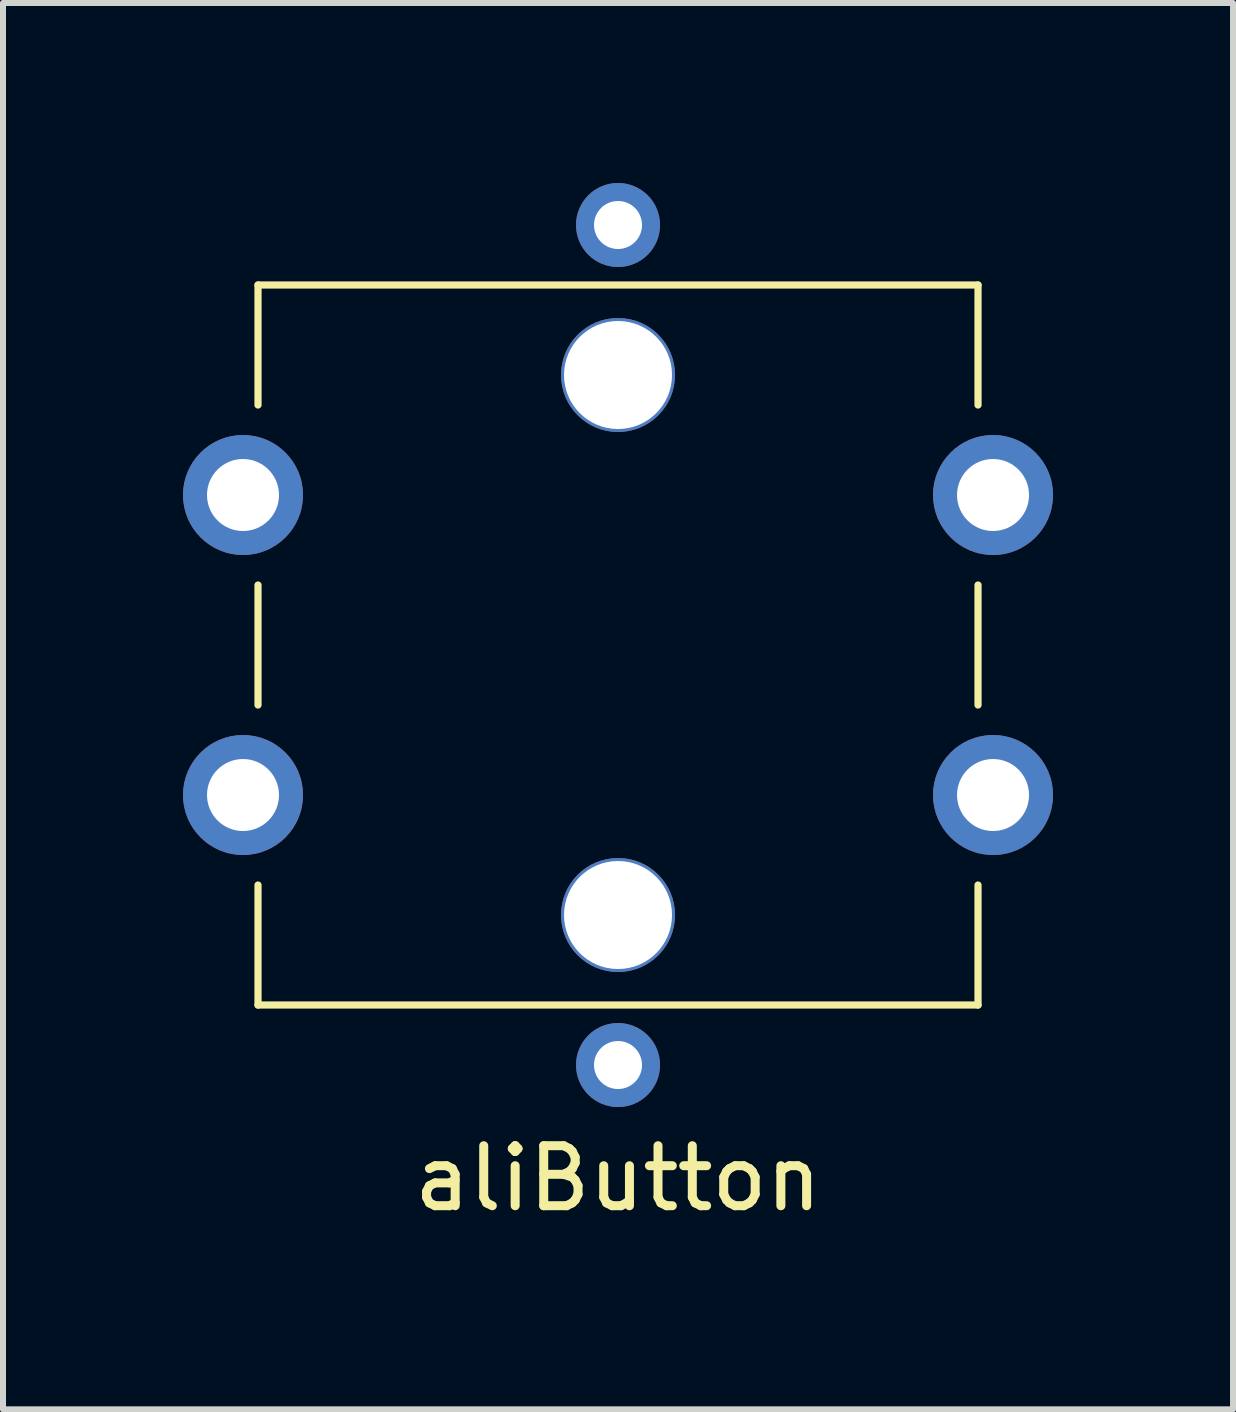
<source format=kicad_pcb>
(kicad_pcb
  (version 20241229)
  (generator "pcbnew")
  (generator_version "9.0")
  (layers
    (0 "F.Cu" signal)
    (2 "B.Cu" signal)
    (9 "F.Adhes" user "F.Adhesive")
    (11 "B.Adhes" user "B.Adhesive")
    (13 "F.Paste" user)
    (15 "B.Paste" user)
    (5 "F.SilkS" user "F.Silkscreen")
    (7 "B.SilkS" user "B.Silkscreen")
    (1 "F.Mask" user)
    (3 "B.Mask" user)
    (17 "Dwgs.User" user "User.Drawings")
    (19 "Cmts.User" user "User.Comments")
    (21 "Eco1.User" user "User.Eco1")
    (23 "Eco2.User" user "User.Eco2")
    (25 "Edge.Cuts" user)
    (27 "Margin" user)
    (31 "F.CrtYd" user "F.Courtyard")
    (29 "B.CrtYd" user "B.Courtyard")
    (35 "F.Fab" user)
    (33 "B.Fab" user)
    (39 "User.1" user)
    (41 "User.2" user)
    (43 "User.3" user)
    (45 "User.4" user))
  (footprint "aliButton"
    (layer "F.Cu")
    (at 7.25 7.7)
    (property "Reference" "aliButton" (at 0 8.89 0) (layer "F.SilkS") (effects (font (size 1 1) (thickness 0.15))))
    (attr through_hole)
    (fp_line (start -6 -6) (end -6 -4) (stroke (width 0.12) (type solid)) (layer "F.SilkS"))
    (fp_line (start -6 -6) (end 6 -6) (stroke (width 0.12) (type solid)) (layer "F.SilkS"))
    (fp_line (start -6 -1) (end -6 1) (stroke (width 0.12) (type solid)) (layer "F.SilkS"))
    (fp_line (start -6 4) (end -6 6) (stroke (width 0.12) (type solid)) (layer "F.SilkS"))
    (fp_line (start 6 -6) (end 6 -4) (stroke (width 0.12) (type solid)) (layer "F.SilkS"))
    (fp_line (start 6 -1) (end 6 1) (stroke (width 0.12) (type solid)) (layer "F.SilkS"))
    (fp_line (start 6 4) (end 6 6) (stroke (width 0.12) (type solid)) (layer "F.SilkS"))
    (fp_line (start 6 6) (end -6 6) (stroke (width 0.12) (type solid)) (layer "F.SilkS"))
    (pad "" np_thru_hole circle (at 0 -4.5) (size 1.9 1.9) (drill 1.8) (layers "*.Cu" "*.Mask"))
    (pad "" np_thru_hole circle (at 0 4.5) (size 1.9 1.9) (drill 1.8) (layers "*.Cu" "*.Mask"))
    (pad "1" thru_hole circle (at -6.25 -2.5) (size 2 2) (drill 1.2) (layers "*.Cu" "*.Mask"))
    (pad "2" thru_hole circle (at -6.25 2.5) (size 2 2) (drill 1.2) (layers "*.Cu" "*.Mask"))
    (pad "3" thru_hole circle (at 6.25 -2.5) (size 2 2) (drill 1.2) (layers "*.Cu" "*.Mask"))
    (pad "5" thru_hole circle (at 0 -7) (size 1.4 1.4) (drill 0.8) (layers "*.Cu" "*.Mask"))
    (pad "6" thru_hole circle (at 0 7) (size 1.4 1.4) (drill 0.8) (layers "*.Cu" "*.Mask"))
    (pad "e4" thru_hole circle (at 6.25 2.5) (size 2 2) (drill 1.2) (layers "*.Cu" "*.Mask")))
  (gr_rect
    (start -3 -3)
    (end 17.5 20.438)
    (stroke (width 0.1) (type default))
    (fill no)
    (layer "Edge.Cuts")))
</source>
